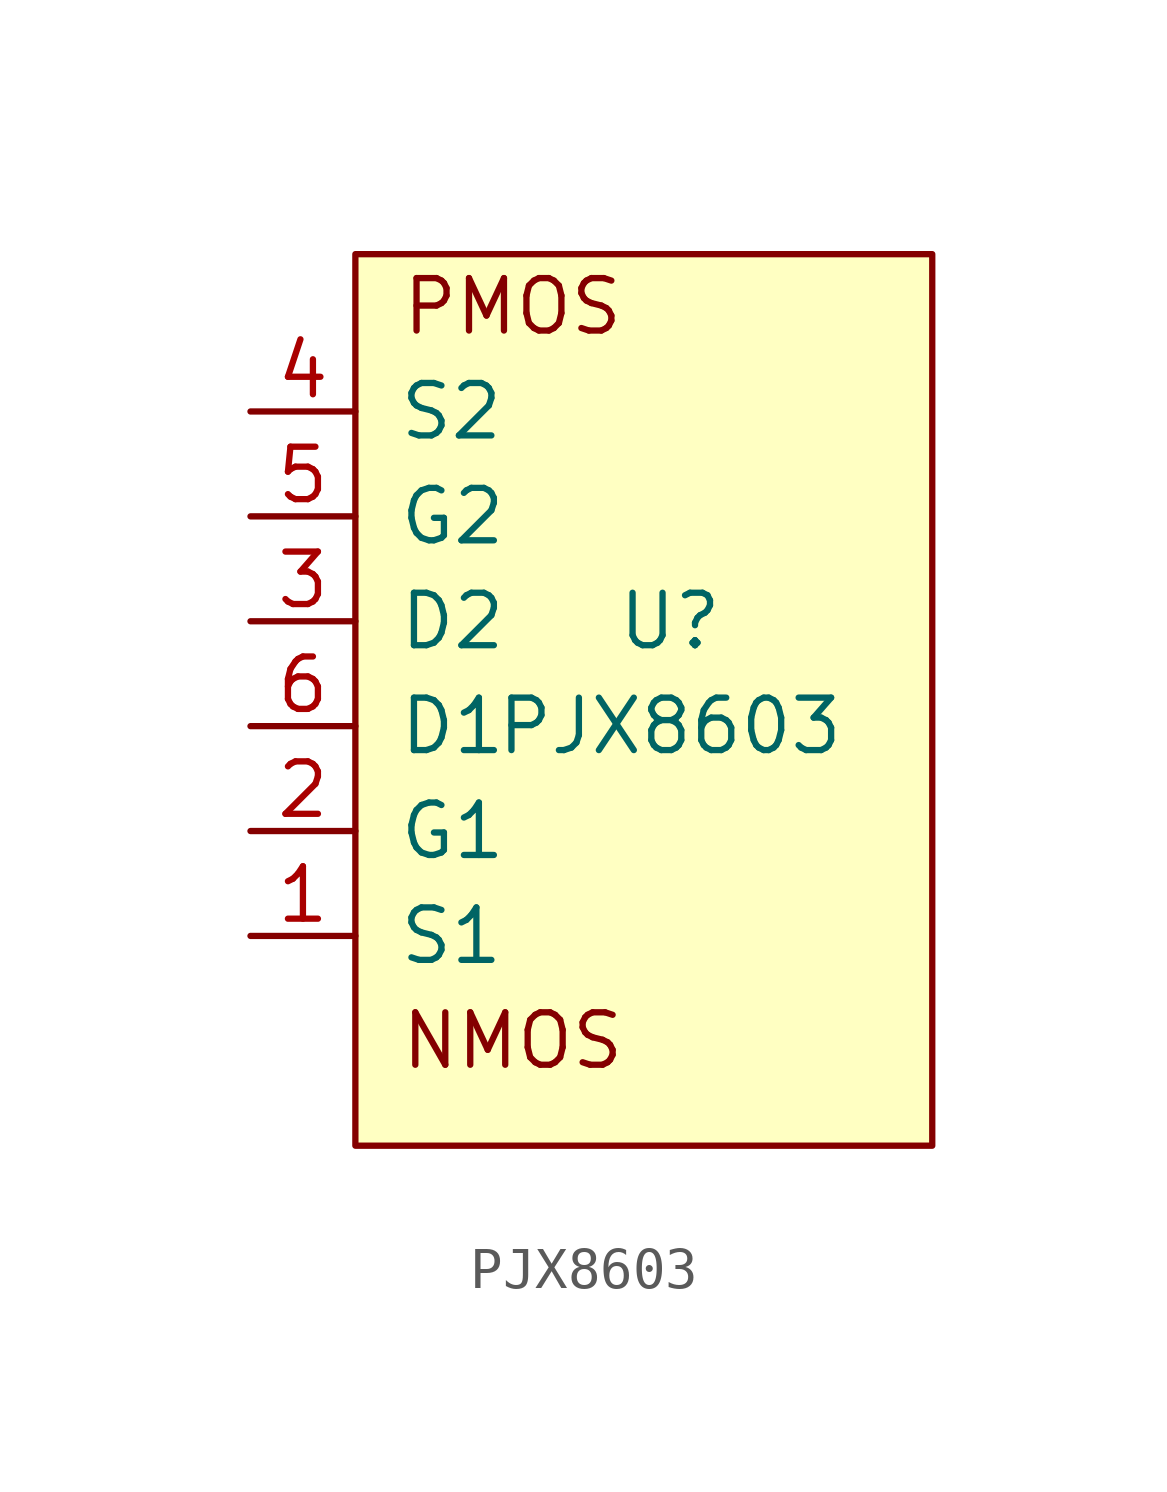
<source format=kicad_sym>
(kicad_symbol_lib
  (version 20220914)
  (generator kicad_symbol_editor)
  (symbol "PJX8603"
    (pin_names
      (offset 1.016))
    (property "Reference" "U"
      (at 1.27 5.08 0)
      (effects (font (size 1.27 1.27))))
    (property "Value" "PJX8603"
      (at 1.27 2.54 0)
      (effects (font (size 1.27 1.27))))
    (symbol "PJX8603_0_0"
      (text "NMOS" (at -2.54 -5.08 0) (effects (font (size 1.27 1.27))))
      (text "PMOS" (at -2.54 12.7 0) (effects (font (size 1.27 1.27)))))
    (symbol "PJX8603_0_1"
      (rectangle (start -6.35 13.97) (end 7.62 -7.62) (stroke (width 0) (type solid)) (fill (type background))))
    (symbol "PJX8603_1_1"
      (pin passive line (at -8.89 -2.54 0) (length 2.54) (name "S1" (effects (font (size 1.27 1.27)))) (number "1" (effects (font (size 1.27 1.27)))))
      (pin passive line (at -8.89 0 0) (length 2.54) (name "G1" (effects (font (size 1.27 1.27)))) (number "2" (effects (font (size 1.27 1.27)))))
      (pin passive line (at -8.89 5.08 0) (length 2.54) (name "D2" (effects (font (size 1.27 1.27)))) (number "3" (effects (font (size 1.27 1.27)))))
      (pin passive line (at -8.89 10.16 0) (length 2.54) (name "S2" (effects (font (size 1.27 1.27)))) (number "4" (effects (font (size 1.27 1.27)))))
      (pin passive line (at -8.89 7.62 0) (length 2.54) (name "G2" (effects (font (size 1.27 1.27)))) (number "5" (effects (font (size 1.27 1.27)))))
      (pin passive line (at -8.89 2.54 0) (length 2.54) (name "D1" (effects (font (size 1.27 1.27)))) (number "6" (effects (font (size 1.27 1.27))))))))
</source>
